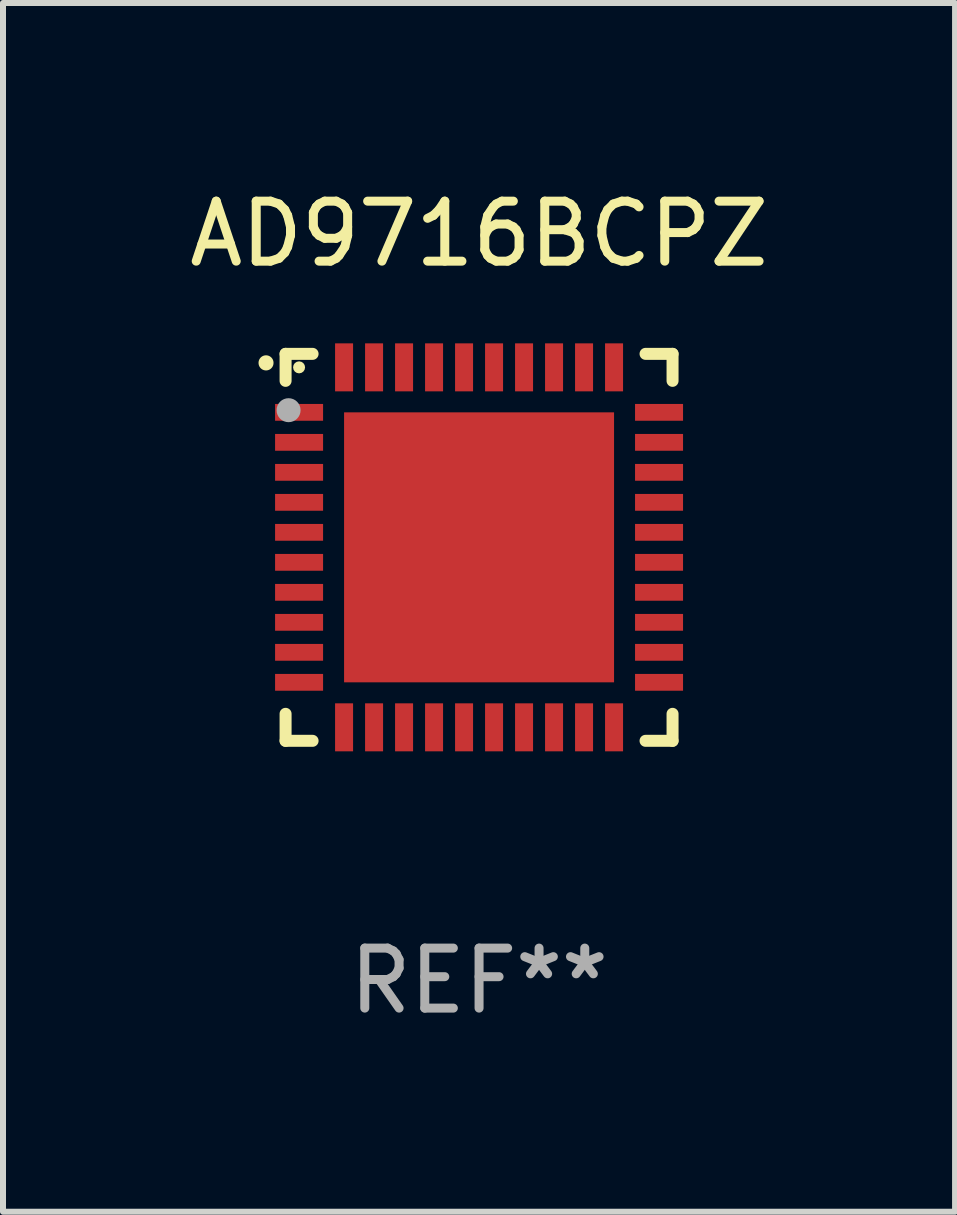
<source format=kicad_pcb>
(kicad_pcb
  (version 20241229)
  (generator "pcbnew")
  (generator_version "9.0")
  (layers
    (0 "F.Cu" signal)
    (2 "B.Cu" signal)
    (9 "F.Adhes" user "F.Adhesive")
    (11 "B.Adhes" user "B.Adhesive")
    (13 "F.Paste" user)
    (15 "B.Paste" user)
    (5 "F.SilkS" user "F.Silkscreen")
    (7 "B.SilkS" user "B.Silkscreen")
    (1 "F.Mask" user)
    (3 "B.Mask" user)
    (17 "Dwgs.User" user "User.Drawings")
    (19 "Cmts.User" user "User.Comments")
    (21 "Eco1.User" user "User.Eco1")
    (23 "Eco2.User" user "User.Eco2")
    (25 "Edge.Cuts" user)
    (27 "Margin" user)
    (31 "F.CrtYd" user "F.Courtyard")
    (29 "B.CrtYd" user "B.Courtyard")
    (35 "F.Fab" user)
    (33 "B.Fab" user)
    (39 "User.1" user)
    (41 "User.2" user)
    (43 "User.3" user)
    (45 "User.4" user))
  (footprint "AD9716BCPZ"
    (layer "F.Cu")
    (at 4.935 6.073)
    (property "Reference" "AD9716BCPZ" (at 0 -5.225 0) (layer "F.SilkS") (effects (font (size 1 1) (thickness 0.15))))
    (attr through_hole)
    (fp_line (start -3.225 -3.225) (end -2.775 -3.225) (stroke (width 0.2) (type solid)) (layer "F.SilkS"))
    (fp_line (start -3.225 -2.775) (end -3.225 -3.225) (stroke (width 0.2) (type solid)) (layer "F.SilkS"))
    (fp_line (start -3.225 2.775) (end -3.225 3.225) (stroke (width 0.2) (type solid)) (layer "F.SilkS"))
    (fp_line (start -3.225 3.225) (end -2.775 3.225) (stroke (width 0.2) (type solid)) (layer "F.SilkS"))
    (fp_line (start 2.775 -3.225) (end 3.225 -3.225) (stroke (width 0.2) (type solid)) (layer "F.SilkS"))
    (fp_line (start 2.775 3.225) (end 3.225 3.225) (stroke (width 0.2) (type solid)) (layer "F.SilkS"))
    (fp_line (start 3.225 -3.225) (end 3.225 -2.775) (stroke (width 0.2) (type solid)) (layer "F.SilkS"))
    (fp_line (start 3.225 3.225) (end 3.225 2.775) (stroke (width 0.2) (type solid)) (layer "F.SilkS"))
    (fp_arc (start -3.55094 -3.073406) (mid -3.550946 -3.074676) (end -3.55094 -3.075946) (stroke (width 0.25) (type solid)) (layer "F.SilkS"))
    (fp_circle (center -3 -3) (end -2.95 -3) (stroke (width 0.1) (type solid)) (fill no) (layer "F.SilkS"))
    (fp_circle (center -3.175 -2.286) (end -3.075 -2.286) (stroke (width 0.2) (type solid)) (fill no) (layer "F.Fab"))
    (fp_text user "REF**" (at 0 7.225 0) (layer "F.Fab") (effects (font (size 1 1) (thickness 0.15))))
    (pad "1" smd rect (at -3 -2.25) (size 0.8 0.28) (layers "F.Cu" "F.Mask" "F.Paste"))
    (pad "2" smd rect (at -3 -1.75) (size 0.8 0.28) (layers "F.Cu" "F.Mask" "F.Paste"))
    (pad "3" smd rect (at -3 -1.25) (size 0.8 0.28) (layers "F.Cu" "F.Mask" "F.Paste"))
    (pad "4" smd rect (at -3 -0.75) (size 0.8 0.28) (layers "F.Cu" "F.Mask" "F.Paste"))
    (pad "5" smd rect (at -3 -0.25) (size 0.8 0.28) (layers "F.Cu" "F.Mask" "F.Paste"))
    (pad "6" smd rect (at -3 0.25) (size 0.8 0.28) (layers "F.Cu" "F.Mask" "F.Paste"))
    (pad "7" smd rect (at -3 0.75) (size 0.8 0.28) (layers "F.Cu" "F.Mask" "F.Paste"))
    (pad "8" smd rect (at -3 1.25) (size 0.8 0.28) (layers "F.Cu" "F.Mask" "F.Paste"))
    (pad "9" smd rect (at -3 1.75) (size 0.8 0.28) (layers "F.Cu" "F.Mask" "F.Paste"))
    (pad "10" smd rect (at -3 2.25) (size 0.8 0.28) (layers "F.Cu" "F.Mask" "F.Paste"))
    (pad "11" smd rect (at -2.25 3) (size 0.3 0.8) (layers "F.Cu" "F.Mask" "F.Paste"))
    (pad "12" smd rect (at -1.75 3) (size 0.3 0.8) (layers "F.Cu" "F.Mask" "F.Paste"))
    (pad "13" smd rect (at -1.25 3) (size 0.3 0.8) (layers "F.Cu" "F.Mask" "F.Paste"))
    (pad "14" smd rect (at -0.75 3) (size 0.3 0.8) (layers "F.Cu" "F.Mask" "F.Paste"))
    (pad "15" smd rect (at -0.25 3) (size 0.3 0.8) (layers "F.Cu" "F.Mask" "F.Paste"))
    (pad "16" smd rect (at 0.25 3) (size 0.3 0.8) (layers "F.Cu" "F.Mask" "F.Paste"))
    (pad "17" smd rect (at 0.75 3) (size 0.3 0.8) (layers "F.Cu" "F.Mask" "F.Paste"))
    (pad "18" smd rect (at 1.25 3) (size 0.3 0.8) (layers "F.Cu" "F.Mask" "F.Paste"))
    (pad "19" smd rect (at 1.75 3) (size 0.3 0.8) (layers "F.Cu" "F.Mask" "F.Paste"))
    (pad "20" smd rect (at 2.25 3) (size 0.3 0.8) (layers "F.Cu" "F.Mask" "F.Paste"))
    (pad "21" smd rect (at 3 2.25) (size 0.8 0.28) (layers "F.Cu" "F.Mask" "F.Paste"))
    (pad "22" smd rect (at 3 1.75) (size 0.8 0.28) (layers "F.Cu" "F.Mask" "F.Paste"))
    (pad "23" smd rect (at 3 1.25) (size 0.8 0.28) (layers "F.Cu" "F.Mask" "F.Paste"))
    (pad "24" smd rect (at 3 0.75) (size 0.8 0.28) (layers "F.Cu" "F.Mask" "F.Paste"))
    (pad "25" smd rect (at 3 0.25) (size 0.8 0.28) (layers "F.Cu" "F.Mask" "F.Paste"))
    (pad "26" smd rect (at 3 -0.25) (size 0.8 0.28) (layers "F.Cu" "F.Mask" "F.Paste"))
    (pad "27" smd rect (at 3 -0.75) (size 0.8 0.28) (layers "F.Cu" "F.Mask" "F.Paste"))
    (pad "28" smd rect (at 3 -1.25) (size 0.8 0.28) (layers "F.Cu" "F.Mask" "F.Paste"))
    (pad "29" smd rect (at 3 -1.75) (size 0.8 0.28) (layers "F.Cu" "F.Mask" "F.Paste"))
    (pad "30" smd rect (at 3 -2.25) (size 0.8 0.28) (layers "F.Cu" "F.Mask" "F.Paste"))
    (pad "31" smd rect (at 2.25 -3) (size 0.3 0.8) (layers "F.Cu" "F.Mask" "F.Paste"))
    (pad "32" smd rect (at 1.75 -3) (size 0.3 0.8) (layers "F.Cu" "F.Mask" "F.Paste"))
    (pad "33" smd rect (at 1.25 -3) (size 0.3 0.8) (layers "F.Cu" "F.Mask" "F.Paste"))
    (pad "34" smd rect (at 0.75 -3) (size 0.3 0.8) (layers "F.Cu" "F.Mask" "F.Paste"))
    (pad "35" smd rect (at 0.25 -3) (size 0.3 0.8) (layers "F.Cu" "F.Mask" "F.Paste"))
    (pad "36" smd rect (at -0.25 -3) (size 0.3 0.8) (layers "F.Cu" "F.Mask" "F.Paste"))
    (pad "37" smd rect (at -0.75 -3) (size 0.3 0.8) (layers "F.Cu" "F.Mask" "F.Paste"))
    (pad "38" smd rect (at -1.25 -3) (size 0.3 0.8) (layers "F.Cu" "F.Mask" "F.Paste"))
    (pad "39" smd rect (at -1.75 -3) (size 0.3 0.8) (layers "F.Cu" "F.Mask" "F.Paste"))
    (pad "40" smd rect (at -2.25 -3) (size 0.3 0.8) (layers "F.Cu" "F.Mask" "F.Paste"))
    (pad "41" smd rect (at -0.000013 0) (size 4.5 4.5) (layers "F.Cu" "F.Mask" "F.Paste")))
  (gr_rect
    (start -3 -3)
    (end 12.869 17.147)
    (stroke (width 0.1) (type default))
    (fill no)
    (layer "Edge.Cuts")))
</source>
